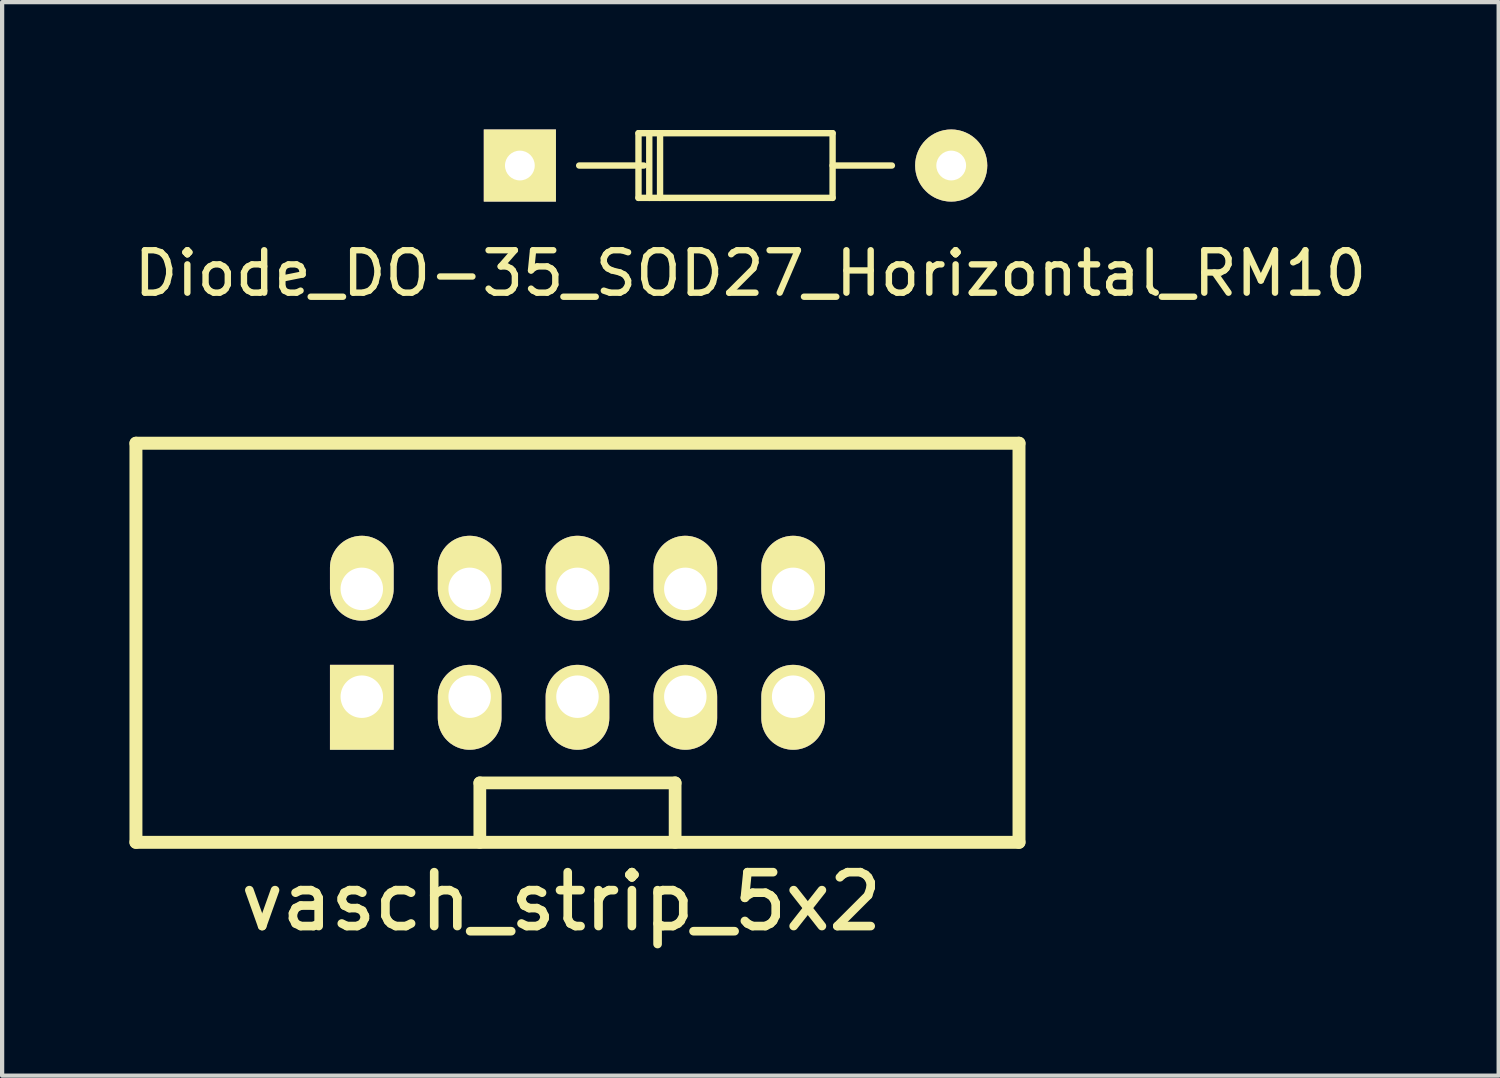
<source format=kicad_pcb>
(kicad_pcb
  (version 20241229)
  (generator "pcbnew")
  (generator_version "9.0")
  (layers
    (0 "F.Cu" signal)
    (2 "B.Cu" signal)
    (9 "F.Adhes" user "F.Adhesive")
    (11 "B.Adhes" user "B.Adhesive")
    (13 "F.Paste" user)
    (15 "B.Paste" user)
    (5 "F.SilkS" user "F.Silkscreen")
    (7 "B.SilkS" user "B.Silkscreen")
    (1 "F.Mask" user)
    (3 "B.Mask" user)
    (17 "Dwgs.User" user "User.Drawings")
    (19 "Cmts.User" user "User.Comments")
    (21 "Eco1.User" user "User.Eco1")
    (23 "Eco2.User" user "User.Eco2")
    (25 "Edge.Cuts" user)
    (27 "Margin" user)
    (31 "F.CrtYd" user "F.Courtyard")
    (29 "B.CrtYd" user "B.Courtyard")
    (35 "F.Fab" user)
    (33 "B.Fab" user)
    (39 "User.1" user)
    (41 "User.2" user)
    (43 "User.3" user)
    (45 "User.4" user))
  (footprint "vasch_strip_5x2"
    (layer "F.Cu")
    (at 10.552 12.09)
    (property "Reference" "vasch_strip_5x2" (at -0.381 6.096 0) (layer "F.SilkS") (effects (font (size 1.27 1.27) (thickness 0.203))))
    (attr through_hole)
    (fp_line (start -10.4 -4.7) (end -10.4 4.7) (stroke (width 0.305) (type solid)) (layer "F.SilkS"))
    (fp_line (start -10.4 4.7) (end 10.4 4.7) (stroke (width 0.305) (type solid)) (layer "F.SilkS"))
    (fp_line (start -2.3 3.3) (end -2.3 4.7) (stroke (width 0.3) (type solid)) (layer "F.SilkS"))
    (fp_line (start 2.3 3.3) (end -2.3 3.3) (stroke (width 0.3) (type solid)) (layer "F.SilkS"))
    (fp_line (start 2.3 4.7) (end 2.3 3.3) (stroke (width 0.3) (type solid)) (layer "F.SilkS"))
    (fp_line (start 10.4 -4.7) (end -10.4 -4.7) (stroke (width 0.305) (type solid)) (layer "F.SilkS"))
    (fp_line (start 10.4 -4.7) (end 10.4 4.7) (stroke (width 0.305) (type solid)) (layer "F.SilkS"))
    (pad "1" thru_hole rect (at -5.08 1.27) (size 1.5 2) (drill 1 (offset 0 0.25)) (layers "*.Cu" "*.Mask" "F.SilkS"))
    (pad "2" thru_hole oval (at -5.08 -1.27) (size 1.5 2) (drill 1 (offset 0 -0.25)) (layers "*.Cu" "*.Mask" "F.SilkS"))
    (pad "3" thru_hole oval (at -2.54 1.27) (size 1.5 2) (drill 1 (offset 0 0.25)) (layers "*.Cu" "*.Mask" "F.SilkS"))
    (pad "4" thru_hole oval (at -2.54 -1.27) (size 1.5 2) (drill 1 (offset 0 -0.25)) (layers "*.Cu" "*.Mask" "F.SilkS"))
    (pad "5" thru_hole oval (at 0 1.27) (size 1.5 2) (drill 1 (offset 0 0.25)) (layers "*.Cu" "*.Mask" "F.SilkS"))
    (pad "6" thru_hole oval (at 0 -1.27) (size 1.5 2) (drill 1 (offset 0 -0.25)) (layers "*.Cu" "*.Mask" "F.SilkS"))
    (pad "7" thru_hole oval (at 2.54 1.27) (size 1.5 2) (drill 1 (offset 0 0.25)) (layers "*.Cu" "*.Mask" "F.SilkS"))
    (pad "8" thru_hole oval (at 2.54 -1.27) (size 1.5 2) (drill 1 (offset 0 -0.25)) (layers "*.Cu" "*.Mask" "F.SilkS"))
    (pad "9" thru_hole oval (at 5.08 1.27) (size 1.5 2) (drill 1 (offset 0 0.25)) (layers "*.Cu" "*.Mask" "F.SilkS"))
    (pad "10" thru_hole oval (at 5.08 -1.27) (size 1.5 2) (drill 1 (offset 0 -0.25)) (layers "*.Cu" "*.Mask" "F.SilkS")))
  (footprint "Diode_DO-35_SOD27_Horizontal_RM10"
    (placed yes)
    (layer "F.Cu")
    (at 9.194 0.852)
    (property "Reference" "Diode_DO-35_SOD27_Horizontal_RM10" (at 5.431 2.537 0) (layer "F.SilkS") (effects (font (size 1 1) (thickness 0.15))))
    (attr through_hole)
    (fp_line (start 2.795 -0.765) (end 2.795 -0.003) (stroke (width 0.15) (type solid)) (layer "F.SilkS"))
    (fp_line (start 2.795 -0.003) (end 2.795 0.759) (stroke (width 0.15) (type solid)) (layer "F.SilkS"))
    (fp_line (start 2.795 0.759) (end 7.367 0.759) (stroke (width 0.15) (type solid)) (layer "F.SilkS"))
    (fp_line (start 2.922 -0.003) (end 1.398 -0.003) (stroke (width 0.15) (type solid)) (layer "F.SilkS"))
    (fp_line (start 3.049 -0.765) (end 3.049 0.759) (stroke (width 0.15) (type solid)) (layer "F.SilkS"))
    (fp_line (start 3.303 -0.765) (end 3.303 0.759) (stroke (width 0.15) (type solid)) (layer "F.SilkS"))
    (fp_line (start 7.367 -0.765) (end 2.795 -0.765) (stroke (width 0.15) (type solid)) (layer "F.SilkS"))
    (fp_line (start 7.367 -0.003) (end 8.764 -0.003) (stroke (width 0.15) (type solid)) (layer "F.SilkS"))
    (fp_line (start 7.367 0.759) (end 7.367 -0.765) (stroke (width 0.15) (type solid)) (layer "F.SilkS"))
    (pad "1" thru_hole rect (at 0.001 -0.003 180) (size 1.699 1.699) (drill 0.701) (layers "*.Cu" "*.Mask" "F.SilkS"))
    (pad "2" thru_hole circle (at 10.161 -0.003 180) (size 1.699 1.699) (drill 0.701) (layers "*.Cu" "*.Mask" "F.SilkS")))
  (gr_rect
    (start -3 -3)
    (end 32.25 22.286)
    (stroke (width 0.1) (type default))
    (fill no)
    (layer "Edge.Cuts")))
</source>
